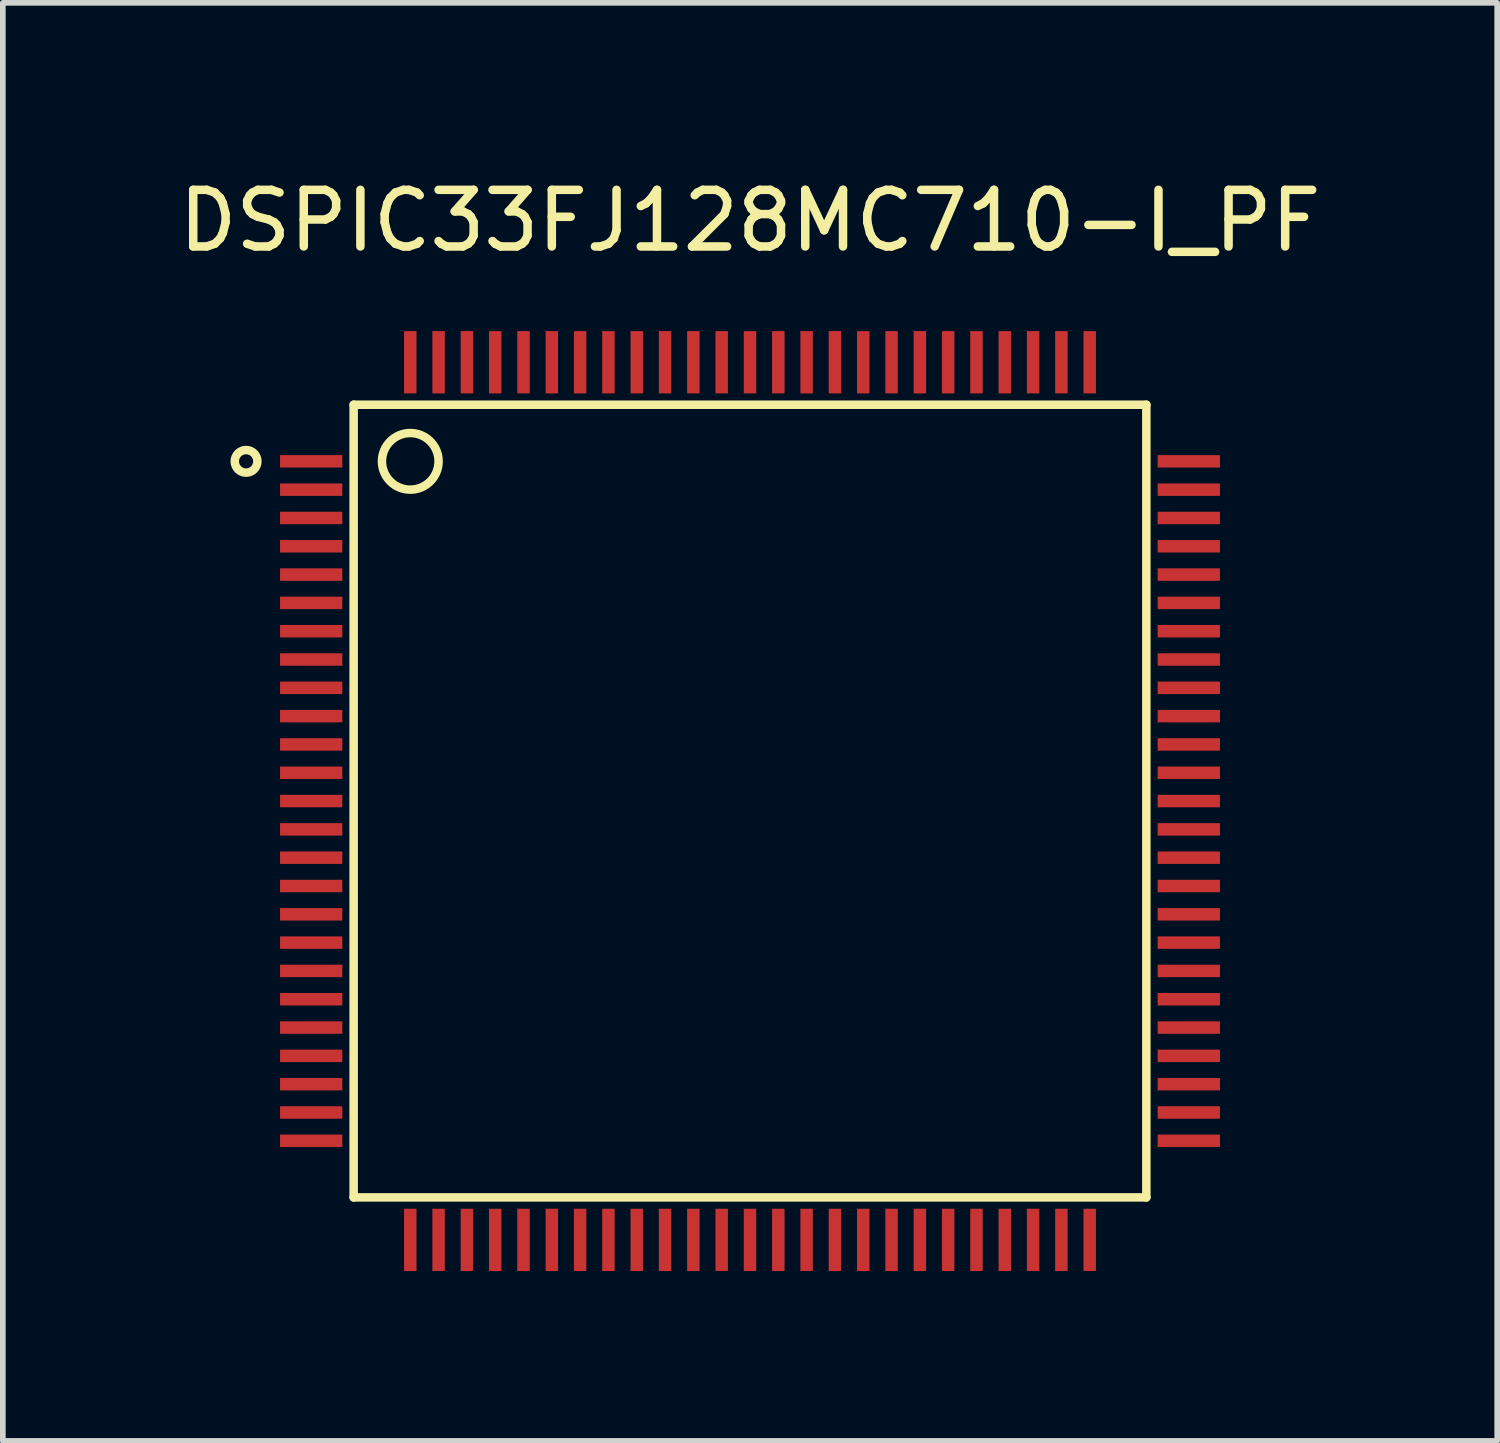
<source format=kicad_pcb>
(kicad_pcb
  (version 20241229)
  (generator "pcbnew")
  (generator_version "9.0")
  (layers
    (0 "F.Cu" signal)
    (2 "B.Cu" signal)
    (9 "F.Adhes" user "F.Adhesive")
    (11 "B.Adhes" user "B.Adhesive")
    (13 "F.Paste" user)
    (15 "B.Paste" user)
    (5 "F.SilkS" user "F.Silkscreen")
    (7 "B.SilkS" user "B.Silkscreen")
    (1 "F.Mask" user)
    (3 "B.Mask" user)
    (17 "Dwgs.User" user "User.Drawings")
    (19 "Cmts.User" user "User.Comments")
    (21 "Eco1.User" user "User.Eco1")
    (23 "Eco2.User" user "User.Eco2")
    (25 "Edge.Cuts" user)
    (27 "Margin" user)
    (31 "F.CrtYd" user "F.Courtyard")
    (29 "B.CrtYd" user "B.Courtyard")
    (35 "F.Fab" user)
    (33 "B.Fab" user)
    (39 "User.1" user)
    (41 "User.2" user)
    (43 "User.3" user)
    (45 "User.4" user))
  (footprint "DSPIC33FJ128MC710-I_PF"
    (layer "F.Cu")
    (at 2.446 3.348)
    (property "Reference" "DSPIC33FJ128MC710-I_PF" (at 7.75 -2.5 0) (layer "F.SilkS") (effects (font (size 1 1) (thickness 0.15))))
    (attr through_hole)
    (fp_line (start 0.75 0.75) (end 0.75 14.75) (stroke (width 0.15) (type solid)) (layer "F.SilkS"))
    (fp_line (start 0.75 0.75) (end 14.75 0.75) (stroke (width 0.15) (type solid)) (layer "F.SilkS"))
    (fp_line (start 0.75 14.75) (end 14.75 14.75) (stroke (width 0.15) (type solid)) (layer "F.SilkS"))
    (fp_line (start 14.75 14.75) (end 14.75 0.75) (stroke (width 0.15) (type solid)) (layer "F.SilkS"))
    (fp_circle (center -1.15 1.75) (end -1.15 1.55) (stroke (width 0.15) (type solid)) (fill no) (layer "F.SilkS"))
    (fp_circle (center 1.75 1.75) (end 1.75 1.25) (stroke (width 0.15) (type solid)) (fill no) (layer "F.SilkS"))
    (pad "1" smd rect (at 0 1.75) (size 1.1 0.22) (layers "F.Cu" "F.Mask" "F.Paste"))
    (pad "2" smd rect (at 0 2.25) (size 1.1 0.22) (layers "F.Cu" "F.Mask" "F.Paste"))
    (pad "3" smd rect (at 0 2.75) (size 1.1 0.22) (layers "F.Cu" "F.Mask" "F.Paste"))
    (pad "4" smd rect (at 0 3.25) (size 1.1 0.22) (layers "F.Cu" "F.Mask" "F.Paste"))
    (pad "5" smd rect (at 0 3.75) (size 1.1 0.22) (layers "F.Cu" "F.Mask" "F.Paste"))
    (pad "6" smd rect (at 0 4.25) (size 1.1 0.22) (layers "F.Cu" "F.Mask" "F.Paste"))
    (pad "7" smd rect (at 0 4.75) (size 1.1 0.22) (layers "F.Cu" "F.Mask" "F.Paste"))
    (pad "8" smd rect (at 0 5.25) (size 1.1 0.22) (layers "F.Cu" "F.Mask" "F.Paste"))
    (pad "9" smd rect (at 0 5.75) (size 1.1 0.22) (layers "F.Cu" "F.Mask" "F.Paste"))
    (pad "10" smd rect (at 0 6.25) (size 1.1 0.22) (layers "F.Cu" "F.Mask" "F.Paste"))
    (pad "11" smd rect (at 0 6.75) (size 1.1 0.22) (layers "F.Cu" "F.Mask" "F.Paste"))
    (pad "12" smd rect (at 0 7.25) (size 1.1 0.22) (layers "F.Cu" "F.Mask" "F.Paste"))
    (pad "13" smd rect (at 0 7.75) (size 1.1 0.22) (layers "F.Cu" "F.Mask" "F.Paste"))
    (pad "14" smd rect (at 0 8.25) (size 1.1 0.22) (layers "F.Cu" "F.Mask" "F.Paste"))
    (pad "15" smd rect (at 0 8.75) (size 1.1 0.22) (layers "F.Cu" "F.Mask" "F.Paste"))
    (pad "16" smd rect (at 0 9.25) (size 1.1 0.22) (layers "F.Cu" "F.Mask" "F.Paste"))
    (pad "17" smd rect (at 0 9.75) (size 1.1 0.22) (layers "F.Cu" "F.Mask" "F.Paste"))
    (pad "18" smd rect (at 0 10.25) (size 1.1 0.22) (layers "F.Cu" "F.Mask" "F.Paste"))
    (pad "19" smd rect (at 0 10.75) (size 1.1 0.22) (layers "F.Cu" "F.Mask" "F.Paste"))
    (pad "20" smd rect (at 0 11.25) (size 1.1 0.22) (layers "F.Cu" "F.Mask" "F.Paste"))
    (pad "21" smd rect (at 0 11.75) (size 1.1 0.22) (layers "F.Cu" "F.Mask" "F.Paste"))
    (pad "22" smd rect (at 0 12.25) (size 1.1 0.22) (layers "F.Cu" "F.Mask" "F.Paste"))
    (pad "23" smd rect (at 0 12.75) (size 1.1 0.22) (layers "F.Cu" "F.Mask" "F.Paste"))
    (pad "24" smd rect (at 0 13.25) (size 1.1 0.22) (layers "F.Cu" "F.Mask" "F.Paste"))
    (pad "25" smd rect (at 0 13.75) (size 1.1 0.22) (layers "F.Cu" "F.Mask" "F.Paste"))
    (pad "26" smd rect (at 1.75 15.5) (size 0.22 1.1) (layers "F.Cu" "F.Mask" "F.Paste"))
    (pad "27" smd rect (at 2.25 15.5) (size 0.22 1.1) (layers "F.Cu" "F.Mask" "F.Paste"))
    (pad "28" smd rect (at 2.75 15.5) (size 0.22 1.1) (layers "F.Cu" "F.Mask" "F.Paste"))
    (pad "29" smd rect (at 3.25 15.5) (size 0.22 1.1) (layers "F.Cu" "F.Mask" "F.Paste"))
    (pad "30" smd rect (at 3.75 15.5) (size 0.22 1.1) (layers "F.Cu" "F.Mask" "F.Paste"))
    (pad "31" smd rect (at 4.25 15.5) (size 0.22 1.1) (layers "F.Cu" "F.Mask" "F.Paste"))
    (pad "32" smd rect (at 4.75 15.5) (size 0.22 1.1) (layers "F.Cu" "F.Mask" "F.Paste"))
    (pad "33" smd rect (at 5.25 15.5) (size 0.22 1.1) (layers "F.Cu" "F.Mask" "F.Paste"))
    (pad "34" smd rect (at 5.75 15.5) (size 0.22 1.1) (layers "F.Cu" "F.Mask" "F.Paste"))
    (pad "35" smd rect (at 6.25 15.5) (size 0.22 1.1) (layers "F.Cu" "F.Mask" "F.Paste"))
    (pad "36" smd rect (at 6.75 15.5) (size 0.22 1.1) (layers "F.Cu" "F.Mask" "F.Paste"))
    (pad "37" smd rect (at 7.25 15.5) (size 0.22 1.1) (layers "F.Cu" "F.Mask" "F.Paste"))
    (pad "38" smd rect (at 7.75 15.5) (size 0.22 1.1) (layers "F.Cu" "F.Mask" "F.Paste"))
    (pad "39" smd rect (at 8.25 15.5) (size 0.22 1.1) (layers "F.Cu" "F.Mask" "F.Paste"))
    (pad "40" smd rect (at 8.75 15.5) (size 0.22 1.1) (layers "F.Cu" "F.Mask" "F.Paste"))
    (pad "41" smd rect (at 9.25 15.5) (size 0.22 1.1) (layers "F.Cu" "F.Mask" "F.Paste"))
    (pad "42" smd rect (at 9.75 15.5) (size 0.22 1.1) (layers "F.Cu" "F.Mask" "F.Paste"))
    (pad "43" smd rect (at 10.25 15.5) (size 0.22 1.1) (layers "F.Cu" "F.Mask" "F.Paste"))
    (pad "44" smd rect (at 10.75 15.5) (size 0.22 1.1) (layers "F.Cu" "F.Mask" "F.Paste"))
    (pad "45" smd rect (at 11.25 15.5) (size 0.22 1.1) (layers "F.Cu" "F.Mask" "F.Paste"))
    (pad "46" smd rect (at 11.75 15.5) (size 0.22 1.1) (layers "F.Cu" "F.Mask" "F.Paste"))
    (pad "47" smd rect (at 12.25 15.5) (size 0.22 1.1) (layers "F.Cu" "F.Mask" "F.Paste"))
    (pad "48" smd rect (at 12.75 15.5) (size 0.22 1.1) (layers "F.Cu" "F.Mask" "F.Paste"))
    (pad "49" smd rect (at 13.25 15.5) (size 0.22 1.1) (layers "F.Cu" "F.Mask" "F.Paste"))
    (pad "50" smd rect (at 13.75 15.5) (size 0.22 1.1) (layers "F.Cu" "F.Mask" "F.Paste"))
    (pad "51" smd rect (at 15.5 13.75) (size 1.1 0.22) (layers "F.Cu" "F.Mask" "F.Paste"))
    (pad "52" smd rect (at 15.5 13.25) (size 1.1 0.22) (layers "F.Cu" "F.Mask" "F.Paste"))
    (pad "53" smd rect (at 15.5 12.75) (size 1.1 0.22) (layers "F.Cu" "F.Mask" "F.Paste"))
    (pad "54" smd rect (at 15.5 12.25) (size 1.1 0.22) (layers "F.Cu" "F.Mask" "F.Paste"))
    (pad "55" smd rect (at 15.5 11.75) (size 1.1 0.22) (layers "F.Cu" "F.Mask" "F.Paste"))
    (pad "56" smd rect (at 15.5 11.25) (size 1.1 0.22) (layers "F.Cu" "F.Mask" "F.Paste"))
    (pad "57" smd rect (at 15.5 10.75) (size 1.1 0.22) (layers "F.Cu" "F.Mask" "F.Paste"))
    (pad "58" smd rect (at 15.5 10.25) (size 1.1 0.22) (layers "F.Cu" "F.Mask" "F.Paste"))
    (pad "59" smd rect (at 15.5 9.75) (size 1.1 0.22) (layers "F.Cu" "F.Mask" "F.Paste"))
    (pad "60" smd rect (at 15.5 9.25) (size 1.1 0.22) (layers "F.Cu" "F.Mask" "F.Paste"))
    (pad "61" smd rect (at 15.5 8.75) (size 1.1 0.22) (layers "F.Cu" "F.Mask" "F.Paste"))
    (pad "62" smd rect (at 15.5 8.25) (size 1.1 0.22) (layers "F.Cu" "F.Mask" "F.Paste"))
    (pad "63" smd rect (at 15.5 7.75) (size 1.1 0.22) (layers "F.Cu" "F.Mask" "F.Paste"))
    (pad "64" smd rect (at 15.5 7.25) (size 1.1 0.22) (layers "F.Cu" "F.Mask" "F.Paste"))
    (pad "65" smd rect (at 15.5 6.75) (size 1.1 0.22) (layers "F.Cu" "F.Mask" "F.Paste"))
    (pad "66" smd rect (at 15.5 6.25) (size 1.1 0.22) (layers "F.Cu" "F.Mask" "F.Paste"))
    (pad "67" smd rect (at 15.5 5.75) (size 1.1 0.22) (layers "F.Cu" "F.Mask" "F.Paste"))
    (pad "68" smd rect (at 15.5 5.25) (size 1.1 0.22) (layers "F.Cu" "F.Mask" "F.Paste"))
    (pad "69" smd rect (at 15.5 4.75) (size 1.1 0.22) (layers "F.Cu" "F.Mask" "F.Paste"))
    (pad "70" smd rect (at 15.5 4.25) (size 1.1 0.22) (layers "F.Cu" "F.Mask" "F.Paste"))
    (pad "71" smd rect (at 15.5 3.75) (size 1.1 0.22) (layers "F.Cu" "F.Mask" "F.Paste"))
    (pad "72" smd rect (at 15.5 3.25) (size 1.1 0.22) (layers "F.Cu" "F.Mask" "F.Paste"))
    (pad "73" smd rect (at 15.5 2.75) (size 1.1 0.22) (layers "F.Cu" "F.Mask" "F.Paste"))
    (pad "74" smd rect (at 15.5 2.25) (size 1.1 0.22) (layers "F.Cu" "F.Mask" "F.Paste"))
    (pad "75" smd rect (at 15.5 1.75) (size 1.1 0.22) (layers "F.Cu" "F.Mask" "F.Paste"))
    (pad "76" smd rect (at 13.75 0) (size 0.22 1.1) (layers "F.Cu" "F.Mask" "F.Paste"))
    (pad "77" smd rect (at 13.25 0) (size 0.22 1.1) (layers "F.Cu" "F.Mask" "F.Paste"))
    (pad "78" smd rect (at 12.75 0) (size 0.22 1.1) (layers "F.Cu" "F.Mask" "F.Paste"))
    (pad "79" smd rect (at 12.25 0) (size 0.22 1.1) (layers "F.Cu" "F.Mask" "F.Paste"))
    (pad "80" smd rect (at 11.75 0) (size 0.22 1.1) (layers "F.Cu" "F.Mask" "F.Paste"))
    (pad "81" smd rect (at 11.25 0) (size 0.22 1.1) (layers "F.Cu" "F.Mask" "F.Paste"))
    (pad "82" smd rect (at 10.75 0) (size 0.22 1.1) (layers "F.Cu" "F.Mask" "F.Paste"))
    (pad "83" smd rect (at 10.25 0) (size 0.22 1.1) (layers "F.Cu" "F.Mask" "F.Paste"))
    (pad "84" smd rect (at 9.75 0) (size 0.22 1.1) (layers "F.Cu" "F.Mask" "F.Paste"))
    (pad "85" smd rect (at 9.25 0) (size 0.22 1.1) (layers "F.Cu" "F.Mask" "F.Paste"))
    (pad "86" smd rect (at 8.75 0) (size 0.22 1.1) (layers "F.Cu" "F.Mask" "F.Paste"))
    (pad "87" smd rect (at 8.25 0) (size 0.22 1.1) (layers "F.Cu" "F.Mask" "F.Paste"))
    (pad "88" smd rect (at 7.75 0) (size 0.22 1.1) (layers "F.Cu" "F.Mask" "F.Paste"))
    (pad "89" smd rect (at 7.25 0) (size 0.22 1.1) (layers "F.Cu" "F.Mask" "F.Paste"))
    (pad "90" smd rect (at 6.75 0) (size 0.22 1.1) (layers "F.Cu" "F.Mask" "F.Paste"))
    (pad "91" smd rect (at 6.25 0) (size 0.22 1.1) (layers "F.Cu" "F.Mask" "F.Paste"))
    (pad "92" smd rect (at 5.75 0) (size 0.22 1.1) (layers "F.Cu" "F.Mask" "F.Paste"))
    (pad "93" smd rect (at 5.25 0) (size 0.22 1.1) (layers "F.Cu" "F.Mask" "F.Paste"))
    (pad "94" smd rect (at 4.75 0) (size 0.22 1.1) (layers "F.Cu" "F.Mask" "F.Paste"))
    (pad "95" smd rect (at 4.25 0) (size 0.22 1.1) (layers "F.Cu" "F.Mask" "F.Paste"))
    (pad "96" smd rect (at 3.75 0) (size 0.22 1.1) (layers "F.Cu" "F.Mask" "F.Paste"))
    (pad "97" smd rect (at 3.25 0) (size 0.22 1.1) (layers "F.Cu" "F.Mask" "F.Paste"))
    (pad "98" smd rect (at 2.75 0) (size 0.22 1.1) (layers "F.Cu" "F.Mask" "F.Paste"))
    (pad "99" smd rect (at 2.25 0) (size 0.22 1.1) (layers "F.Cu" "F.Mask" "F.Paste"))
    (pad "100" smd rect (at 1.75 0) (size 0.22 1.1) (layers "F.Cu" "F.Mask" "F.Paste")))
  (gr_rect
    (start -3 -3)
    (end 23.393 22.398)
    (stroke (width 0.1) (type default))
    (fill no)
    (layer "Edge.Cuts")))
</source>
